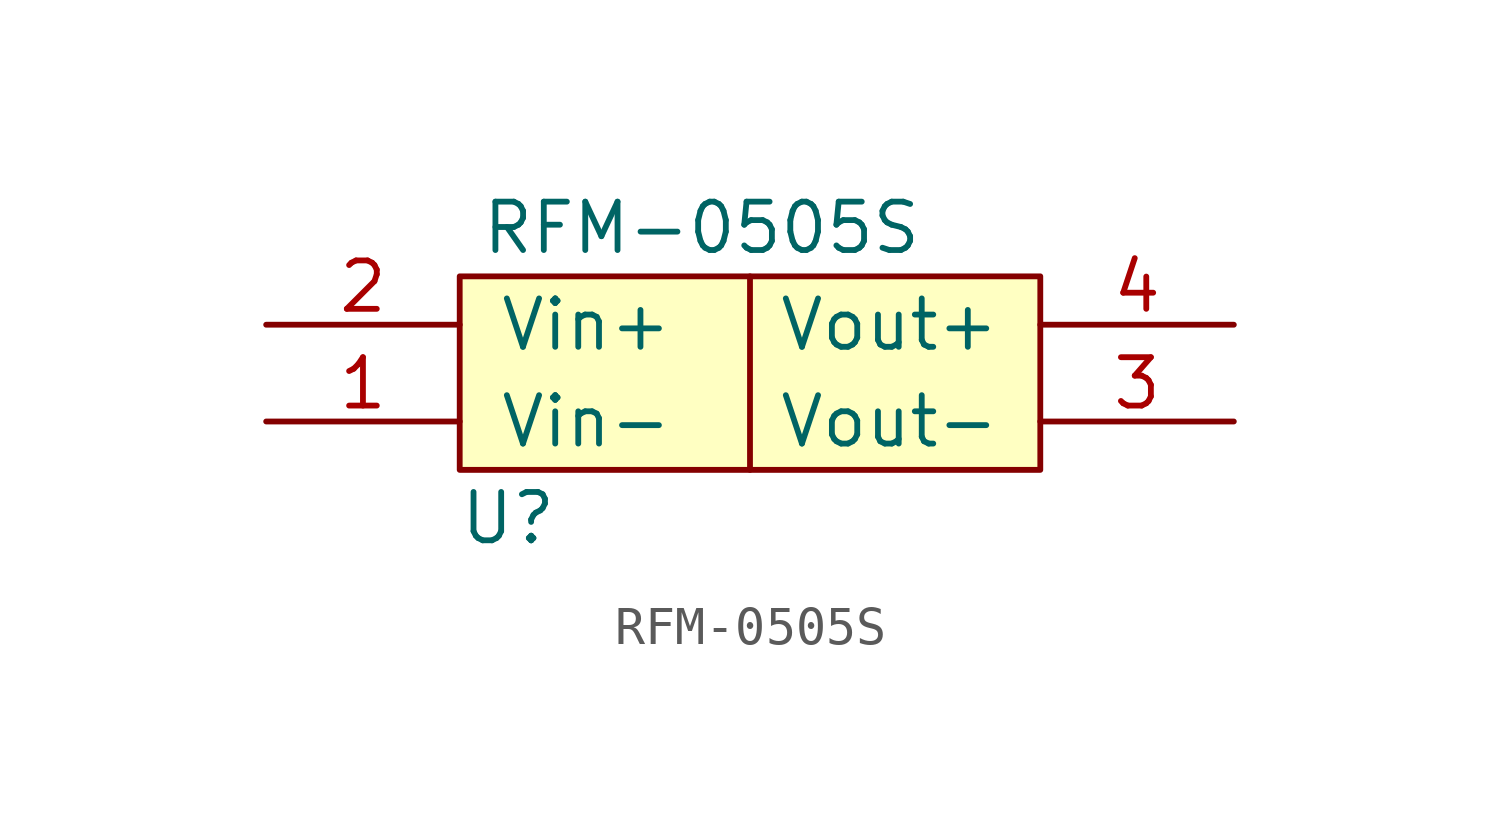
<source format=kicad_sym>
(kicad_symbol_lib
  (version 20211014)
  (generator kicad_symbol_editor)
  (symbol "RFM-0505S"
    (pin_names
      (offset 1.016))
    (property "Reference" "U"
      (at -6.35 -3.81 0)
      (effects (font (size 1.27 1.27))))
    (property "Value" "RFM-0505S"
      (at -1.27 3.81 0)
      (effects (font (size 1.27 1.27))))
    (symbol "RFM-0505S_0_1"
      (rectangle (start -7.62 2.54) (end 7.62 -2.54) (stroke (width 0) (type default) (color 0 0 0 0)) (fill (type background)))
      (polyline (pts (xy 0 2.54) (xy 0 -2.54)) (stroke (width 0) (type default) (color 0 0 0 0)) (fill (type none))))
    (symbol "RFM-0505S_1_1"
      (pin power_in line (at -12.7 -1.27 0) (length 5.08) (name "Vin-" (effects (font (size 1.27 1.27)))) (number "1" (effects (font (size 1.27 1.27)))))
      (pin power_in line (at -12.7 1.27 0) (length 5.08) (name "Vin+" (effects (font (size 1.27 1.27)))) (number "2" (effects (font (size 1.27 1.27)))))
      (pin power_out line (at 12.7 -1.27 180) (length 5.08) (name "Vout-" (effects (font (size 1.27 1.27)))) (number "3" (effects (font (size 1.27 1.27)))))
      (pin power_out line (at 12.7 1.27 180) (length 5.08) (name "Vout+" (effects (font (size 1.27 1.27)))) (number "4" (effects (font (size 1.27 1.27))))))))
</source>
